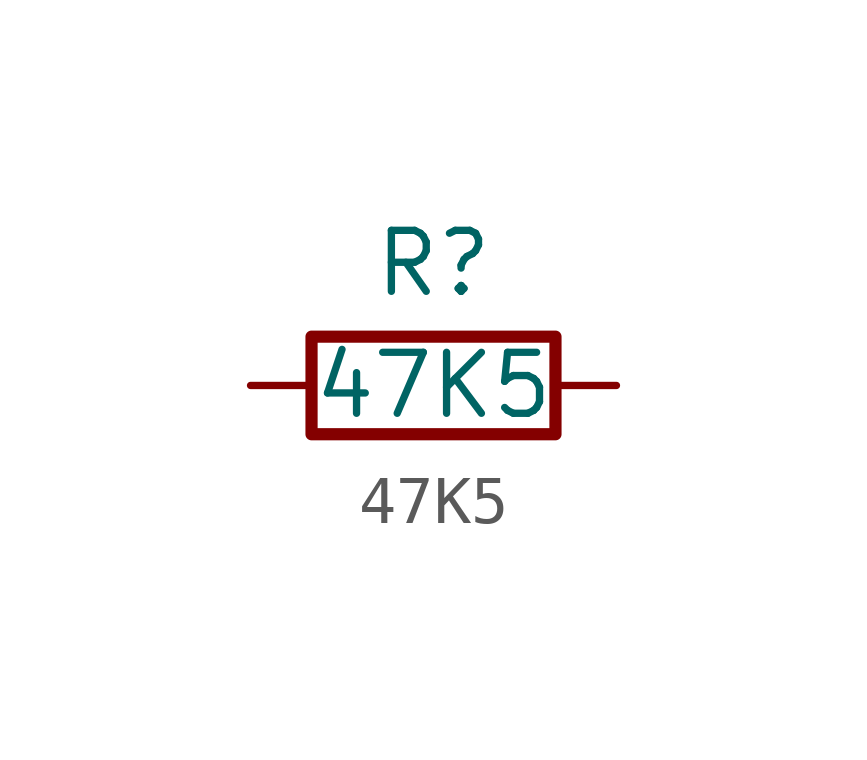
<source format=kicad_sym>
(kicad_symbol_lib
  (version 20241209)
  (generator "kicad_symbol_editor")
  (generator_version "9.0")
  (symbol "47K5"
    (pin_numbers
      (hide yes))
    (pin_names
      (offset 0))
    (property "Reference" "R"
      (at 0 2.54 0)
      (effects (font (size 1.27 1.27))))
    (property "Value" "47K5"
      (at 0 0 0)
      (effects (font (size 1.27 1.27))))
    (symbol "47K5_0_1"
      (rectangle (start 2.54 -1.016) (end -2.54 1.016) (stroke (width 0.254) (type solid)) (fill (type none))))
    (symbol "47K5_1_1"
      (pin passive line (at -3.81 0 0) (length 1.27) (name "~" (effects (font (size 1.27 1.27)))) (number "1" (effects (font (size 1.27 1.27)))))
      (pin passive line (at 3.81 0 180) (length 1.27) (name "~" (effects (font (size 1.27 1.27)))) (number "2" (effects (font (size 1.27 1.27))))))))
</source>
